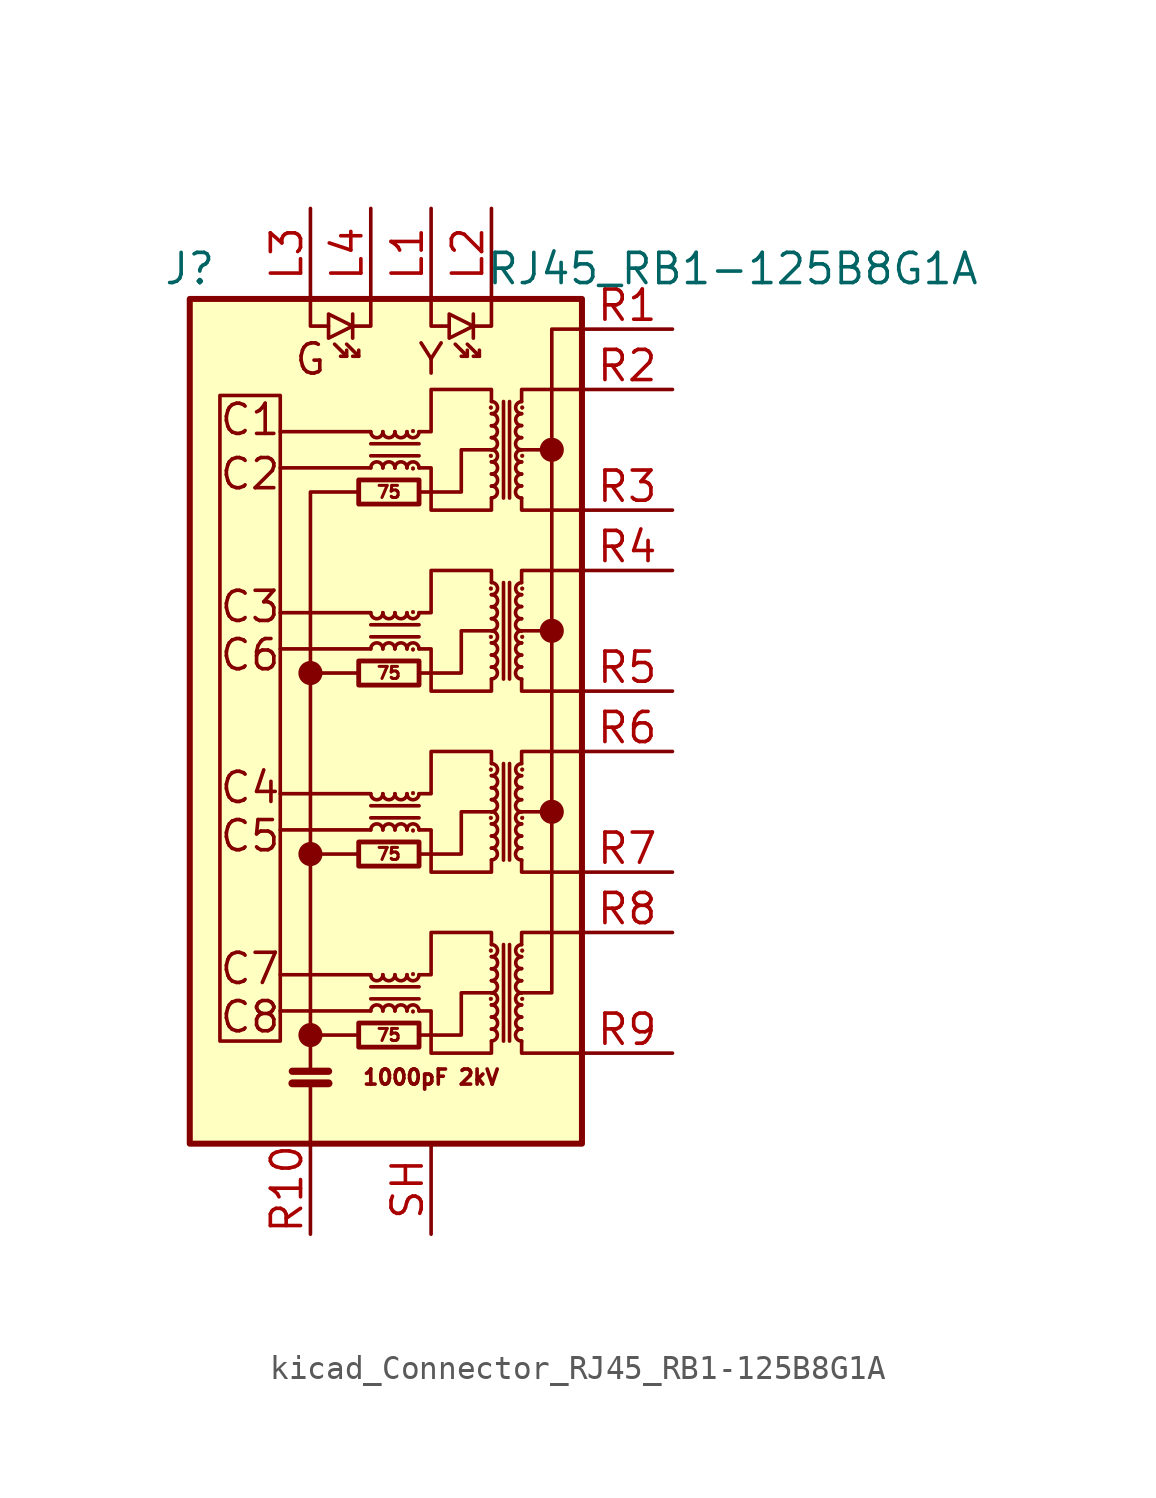
<source format=kicad_sym>
(kicad_symbol_lib
  (version 20220914)
  (generator kicad_symbol_editor)
  (symbol "kicad_Connector_RJ45_RB1-125B8G1A"
    (pin_names hide)
    (property "Reference" "J"
      (at -7.62 20.32 0)
      (effects (font (size 1.27 1.27))))
    (property "Value" "RJ45_RB1-125B8G1A"
      (at 15.24 20.32 0)
      (effects (font (size 1.27 1.27))))
    (symbol "kicad_Connector_RJ45_RB1-125B8G1A_0_0"
      (circle (center -2.54 -11.938) (radius 0.0001) (stroke (width 0.508) (type default)) (fill (type none)))
      (circle (center -2.54 -4.318) (radius 0.0001) (stroke (width 0.508) (type default)) (fill (type none)))
      (circle (center -2.54 3.302) (radius 0.0001) (stroke (width 0.508) (type default)) (fill (type none)))
      (polyline (pts (xy -0.508 -11.938) (xy -2.54 -11.938)) (stroke (width 0) (type default)) (fill (type none)))
      (polyline (pts (xy 0 -10.922) (xy -3.81 -10.922)) (stroke (width 0) (type default)) (fill (type none)))
      (polyline (pts (xy 0 -9.398) (xy -3.81 -9.398)) (stroke (width 0) (type default)) (fill (type none)))
      (polyline (pts (xy 0 -3.302) (xy -3.81 -3.302)) (stroke (width 0) (type default)) (fill (type none)))
      (polyline (pts (xy 0 -1.778) (xy -3.81 -1.778)) (stroke (width 0) (type default)) (fill (type none)))
      (polyline (pts (xy 0 4.318) (xy -3.81 4.318)) (stroke (width 0) (type default)) (fill (type none)))
      (polyline (pts (xy 0 5.842) (xy -3.81 5.842)) (stroke (width 0) (type default)) (fill (type none)))
      (polyline (pts (xy 0 11.938) (xy -3.81 11.938)) (stroke (width 0) (type default)) (fill (type none)))
      (polyline (pts (xy 0 13.462) (xy -3.81 13.462)) (stroke (width 0) (type default)) (fill (type none)))
      (polyline (pts (xy 6.35 5.08) (xy 7.62 5.08)) (stroke (width 0) (type default)) (fill (type none)))
      (polyline (pts (xy 7.62 -2.54) (xy 6.35 -2.54)) (stroke (width 0) (type default)) (fill (type none)))
      (polyline (pts (xy 7.62 12.7) (xy 6.35 12.7)) (stroke (width 0) (type default)) (fill (type none)))
      (polyline (pts (xy 2.032 -11.938) (xy 3.81 -11.938) (xy 3.81 -10.16) (xy 5.08 -10.16)) (stroke (width 0) (type default)) (fill (type none)))
      (polyline (pts (xy 2.032 -4.318) (xy 3.81 -4.318) (xy 3.81 -2.54) (xy 5.08 -2.54)) (stroke (width 0) (type default)) (fill (type none)))
      (polyline (pts (xy 2.032 3.302) (xy 3.81 3.302) (xy 3.81 5.08) (xy 5.08 5.08)) (stroke (width 0) (type default)) (fill (type none)))
      (polyline (pts (xy 2.032 10.922) (xy 3.81 10.922) (xy 3.81 12.7) (xy 5.08 12.7)) (stroke (width 0) (type default)) (fill (type none)))
      (circle (center 7.62 -2.54) (radius 0.0001) (stroke (width 0.508) (type default)) (fill (type none)))
      (circle (center 7.62 5.08) (radius 0.0001) (stroke (width 0.508) (type default)) (fill (type none)))
      (circle (center 7.62 12.7) (radius 0.0001) (stroke (width 0.508) (type default)) (fill (type none)))
      (text "1000pF 2kV" (at 2.54 -13.716 0) (effects (font (size 0.635 0.635))))
      (text "C1" (at -5.08 13.97 0) (effects (font (size 1.27 1.27))))
      (text "C2" (at -5.08 11.684 0) (effects (font (size 1.27 1.27))))
      (text "C3" (at -5.08 6.096 0) (effects (font (size 1.27 1.27))))
      (text "C4" (at -5.08 -1.524 0) (effects (font (size 1.27 1.27))))
      (text "C5" (at -5.08 -3.556 0) (effects (font (size 1.27 1.27))))
      (text "C6" (at -5.08 4.064 0) (effects (font (size 1.27 1.27))))
      (text "C7" (at -5.08 -9.144 0) (effects (font (size 1.27 1.27))))
      (text "C8" (at -5.08 -11.176 0) (effects (font (size 1.27 1.27))))
      (text "G" (at -2.54 16.51 0) (effects (font (size 1.27 1.27))))
      (text "Y" (at 2.54 16.51 0) (effects (font (size 1.27 1.27)))))
    (symbol "kicad_Connector_RJ45_RB1-125B8G1A_0_1"
      (rectangle (start -7.62 19.05) (end 8.89 -16.51) (stroke (width 0.254) (type default)) (fill (type background)))
      (rectangle (start -3.81 -12.192) (end -6.35 14.986) (stroke (width 0) (type default)) (fill (type none)))
      (rectangle (start -0.508 -12.446) (end 2.032 -11.43) (stroke (width 0.203) (type default)) (fill (type none)))
      (rectangle (start -0.508 -4.826) (end 2.032 -3.81) (stroke (width 0.203) (type default)) (fill (type none)))
      (rectangle (start -0.508 2.794) (end 2.032 3.81) (stroke (width 0.203) (type default)) (fill (type none)))
      (rectangle (start -0.508 10.414) (end 2.032 11.43) (stroke (width 0.203) (type default)) (fill (type none)))
      (arc (start 0 -9.398) (mid 0.254 -9.6509) (end 0.508 -9.398) (stroke (width 0) (type default)) (fill (type none)))
      (arc (start 0 -1.778) (mid 0.254 -2.0309) (end 0.508 -1.778) (stroke (width 0) (type default)) (fill (type none)))
      (polyline (pts (xy -3.302 -13.97) (xy -1.778 -13.97)) (stroke (width 0.33) (type default)) (fill (type none)))
      (polyline (pts (xy -3.302 -13.462) (xy -1.778 -13.462)) (stroke (width 0.305) (type default)) (fill (type none)))
      (polyline (pts (xy -2.54 -16.51) (xy -2.54 -13.97)) (stroke (width 0) (type default)) (fill (type none)))
      (polyline (pts (xy -2.54 3.302) (xy -0.508 3.302)) (stroke (width 0) (type default)) (fill (type none)))
      (polyline (pts (xy -1.016 16.637) (xy -1.524 17.145)) (stroke (width 0) (type default)) (fill (type none)))
      (polyline (pts (xy -0.762 18.415) (xy -0.762 17.399)) (stroke (width 0) (type default)) (fill (type none)))
      (polyline (pts (xy -0.508 -4.318) (xy -2.54 -4.318)) (stroke (width 0) (type default)) (fill (type none)))
      (polyline (pts (xy -0.508 16.637) (xy -1.016 17.145)) (stroke (width 0) (type default)) (fill (type none)))
      (polyline (pts (xy 0 -10.414) (xy 2.032 -10.414)) (stroke (width 0) (type default)) (fill (type none)))
      (polyline (pts (xy 0 -2.794) (xy 2.032 -2.794)) (stroke (width 0) (type default)) (fill (type none)))
      (polyline (pts (xy 0 4.826) (xy 2.032 4.826)) (stroke (width 0) (type default)) (fill (type none)))
      (polyline (pts (xy 0 12.446) (xy 2.032 12.446)) (stroke (width 0) (type default)) (fill (type none)))
      (polyline (pts (xy 2.032 -9.906) (xy 0 -9.906)) (stroke (width 0) (type default)) (fill (type none)))
      (polyline (pts (xy 2.032 -2.286) (xy 0 -2.286)) (stroke (width 0) (type default)) (fill (type none)))
      (polyline (pts (xy 2.032 5.334) (xy 0 5.334)) (stroke (width 0) (type default)) (fill (type none)))
      (polyline (pts (xy 2.032 12.954) (xy 0 12.954)) (stroke (width 0) (type default)) (fill (type none)))
      (polyline (pts (xy 4.064 16.637) (xy 3.556 17.145)) (stroke (width 0) (type default)) (fill (type none)))
      (polyline (pts (xy 4.318 18.415) (xy 4.318 17.399)) (stroke (width 0) (type default)) (fill (type none)))
      (polyline (pts (xy 4.572 16.637) (xy 4.064 17.145)) (stroke (width 0) (type default)) (fill (type none)))
      (polyline (pts (xy 5.588 -8.128) (xy 5.588 -12.192)) (stroke (width 0) (type default)) (fill (type none)))
      (polyline (pts (xy 5.588 -0.508) (xy 5.588 -4.572)) (stroke (width 0) (type default)) (fill (type none)))
      (polyline (pts (xy 5.588 7.112) (xy 5.588 3.048)) (stroke (width 0) (type default)) (fill (type none)))
      (polyline (pts (xy 5.588 14.732) (xy 5.588 10.668)) (stroke (width 0) (type default)) (fill (type none)))
      (polyline (pts (xy 5.842 -12.192) (xy 5.842 -8.128)) (stroke (width 0) (type default)) (fill (type none)))
      (polyline (pts (xy 5.842 -4.572) (xy 5.842 -0.508)) (stroke (width 0) (type default)) (fill (type none)))
      (polyline (pts (xy 5.842 3.048) (xy 5.842 7.112)) (stroke (width 0) (type default)) (fill (type none)))
      (polyline (pts (xy 5.842 10.668) (xy 5.842 14.732)) (stroke (width 0) (type default)) (fill (type none)))
      (polyline (pts (xy -2.54 -13.462) (xy -2.54 10.922) (xy -0.508 10.922)) (stroke (width 0) (type default)) (fill (type none)))
      (polyline (pts (xy -2.54 19.05) (xy -2.54 17.907) (xy -1.778 17.907)) (stroke (width 0) (type default)) (fill (type none)))
      (polyline (pts (xy -1.016 16.891) (xy -1.016 16.637) (xy -1.27 16.637)) (stroke (width 0) (type default)) (fill (type none)))
      (polyline (pts (xy -0.508 16.891) (xy -0.508 16.637) (xy -0.762 16.637)) (stroke (width 0) (type default)) (fill (type none)))
      (polyline (pts (xy 0 19.05) (xy 0 17.907) (xy -0.762 17.907)) (stroke (width 0) (type default)) (fill (type none)))
      (polyline (pts (xy 2.54 19.05) (xy 2.54 17.907) (xy 3.302 17.907)) (stroke (width 0) (type default)) (fill (type none)))
      (polyline (pts (xy 4.064 16.891) (xy 4.064 16.637) (xy 3.81 16.637)) (stroke (width 0) (type default)) (fill (type none)))
      (polyline (pts (xy 4.572 16.891) (xy 4.572 16.637) (xy 4.318 16.637)) (stroke (width 0) (type default)) (fill (type none)))
      (polyline (pts (xy 5.08 19.05) (xy 5.08 17.907) (xy 4.318 17.907)) (stroke (width 0) (type default)) (fill (type none)))
      (polyline (pts (xy 6.35 -12.192) (xy 6.35 -12.7) (xy 8.89 -12.7)) (stroke (width 0) (type default)) (fill (type none)))
      (polyline (pts (xy 6.35 -8.128) (xy 6.35 -7.62) (xy 8.89 -7.62)) (stroke (width 0) (type default)) (fill (type none)))
      (polyline (pts (xy 6.35 -4.572) (xy 6.35 -5.08) (xy 8.89 -5.08)) (stroke (width 0) (type default)) (fill (type none)))
      (polyline (pts (xy 6.35 -0.508) (xy 6.35 0) (xy 8.89 0)) (stroke (width 0) (type default)) (fill (type none)))
      (polyline (pts (xy 6.35 3.048) (xy 6.35 2.54) (xy 8.89 2.54)) (stroke (width 0) (type default)) (fill (type none)))
      (polyline (pts (xy 6.35 7.112) (xy 6.35 7.62) (xy 8.89 7.62)) (stroke (width 0) (type default)) (fill (type none)))
      (polyline (pts (xy 6.35 10.668) (xy 6.35 10.16) (xy 8.89 10.16)) (stroke (width 0) (type default)) (fill (type none)))
      (polyline (pts (xy 6.35 14.732) (xy 6.35 15.24) (xy 8.89 15.24)) (stroke (width 0) (type default)) (fill (type none)))
      (polyline (pts (xy -0.762 17.907) (xy -1.778 18.415) (xy -1.778 17.399) (xy -0.762 17.907)) (stroke (width 0) (type default)) (fill (type none)))
      (polyline (pts (xy 4.318 17.907) (xy 3.302 18.415) (xy 3.302 17.399) (xy 4.318 17.907)) (stroke (width 0) (type default)) (fill (type none)))
      (polyline (pts (xy 8.89 17.78) (xy 7.62 17.78) (xy 7.62 -10.16) (xy 6.35 -10.16)) (stroke (width 0) (type default)) (fill (type none)))
      (polyline (pts (xy 2.032 -9.398) (xy 2.54 -9.398) (xy 2.54 -7.62) (xy 5.08 -7.62) (xy 5.08 -8.128)) (stroke (width 0) (type default)) (fill (type none)))
      (polyline (pts (xy 2.032 -1.778) (xy 2.54 -1.778) (xy 2.54 0) (xy 5.08 0) (xy 5.08 -0.508)) (stroke (width 0) (type default)) (fill (type none)))
      (polyline (pts (xy 2.032 5.842) (xy 2.54 5.842) (xy 2.54 7.62) (xy 5.08 7.62) (xy 5.08 7.112)) (stroke (width 0) (type default)) (fill (type none)))
      (polyline (pts (xy 2.032 13.462) (xy 2.54 13.462) (xy 2.54 15.24) (xy 5.08 15.24) (xy 5.08 14.732)) (stroke (width 0) (type default)) (fill (type none)))
      (polyline (pts (xy 5.08 -12.192) (xy 5.08 -12.7) (xy 2.54 -12.7) (xy 2.54 -10.922) (xy 2.032 -10.922)) (stroke (width 0) (type default)) (fill (type none)))
      (polyline (pts (xy 5.08 -4.572) (xy 5.08 -5.08) (xy 2.54 -5.08) (xy 2.54 -3.302) (xy 2.032 -3.302)) (stroke (width 0) (type default)) (fill (type none)))
      (polyline (pts (xy 5.08 3.048) (xy 5.08 2.54) (xy 2.54 2.54) (xy 2.54 4.318) (xy 2.032 4.318)) (stroke (width 0) (type default)) (fill (type none)))
      (polyline (pts (xy 5.08 10.668) (xy 5.08 10.16) (xy 2.54 10.16) (xy 2.54 11.938) (xy 2.032 11.938)) (stroke (width 0) (type default)) (fill (type none)))
      (arc (start 0 5.842) (mid 0.254 5.5891) (end 0.508 5.842) (stroke (width 0) (type default)) (fill (type none)))
      (arc (start 0 13.462) (mid 0.254 13.2091) (end 0.508 13.462) (stroke (width 0) (type default)) (fill (type none)))
      (arc (start 0.508 -10.922) (mid 0.254 -10.6691) (end 0 -10.922) (stroke (width 0) (type default)) (fill (type none)))
      (arc (start 0.508 -9.398) (mid 0.762 -9.6509) (end 1.016 -9.398) (stroke (width 0) (type default)) (fill (type none)))
      (arc (start 0.508 -3.302) (mid 0.254 -3.0491) (end 0 -3.302) (stroke (width 0) (type default)) (fill (type none)))
      (arc (start 0.508 -1.778) (mid 0.762 -2.0309) (end 1.016 -1.778) (stroke (width 0) (type default)) (fill (type none)))
      (arc (start 0.508 4.318) (mid 0.254 4.5709) (end 0 4.318) (stroke (width 0) (type default)) (fill (type none)))
      (arc (start 0.508 5.842) (mid 0.762 5.5891) (end 1.016 5.842) (stroke (width 0) (type default)) (fill (type none)))
      (arc (start 0.508 11.938) (mid 0.254 12.1909) (end 0 11.938) (stroke (width 0) (type default)) (fill (type none)))
      (arc (start 0.508 13.462) (mid 0.762 13.2091) (end 1.016 13.462) (stroke (width 0) (type default)) (fill (type none)))
      (arc (start 1.016 -10.922) (mid 0.762 -10.6691) (end 0.508 -10.922) (stroke (width 0) (type default)) (fill (type none)))
      (arc (start 1.016 -9.398) (mid 1.27 -9.6509) (end 1.524 -9.398) (stroke (width 0) (type default)) (fill (type none)))
      (arc (start 1.016 -3.302) (mid 0.762 -3.0491) (end 0.508 -3.302) (stroke (width 0) (type default)) (fill (type none)))
      (arc (start 1.016 -1.778) (mid 1.27 -2.0309) (end 1.524 -1.778) (stroke (width 0) (type default)) (fill (type none)))
      (arc (start 1.016 4.318) (mid 0.762 4.5709) (end 0.508 4.318) (stroke (width 0) (type default)) (fill (type none)))
      (arc (start 1.016 5.842) (mid 1.27 5.5891) (end 1.524 5.842) (stroke (width 0) (type default)) (fill (type none)))
      (arc (start 1.016 11.938) (mid 0.762 12.1909) (end 0.508 11.938) (stroke (width 0) (type default)) (fill (type none)))
      (arc (start 1.016 13.462) (mid 1.27 13.2091) (end 1.524 13.462) (stroke (width 0) (type default)) (fill (type none)))
      (arc (start 1.524 -10.922) (mid 1.27 -10.6691) (end 1.016 -10.922) (stroke (width 0) (type default)) (fill (type none)))
      (arc (start 1.524 -9.398) (mid 1.778 -9.6509) (end 2.032 -9.398) (stroke (width 0) (type default)) (fill (type none)))
      (arc (start 1.524 -3.302) (mid 1.27 -3.0491) (end 1.016 -3.302) (stroke (width 0) (type default)) (fill (type none)))
      (arc (start 1.524 -1.778) (mid 1.778 -2.0309) (end 2.032 -1.778) (stroke (width 0) (type default)) (fill (type none)))
      (arc (start 1.524 4.318) (mid 1.27 4.5709) (end 1.016 4.318) (stroke (width 0) (type default)) (fill (type none)))
      (arc (start 1.524 5.842) (mid 1.778 5.5891) (end 2.032 5.842) (stroke (width 0) (type default)) (fill (type none)))
      (arc (start 1.524 11.938) (mid 1.27 12.1909) (end 1.016 11.938) (stroke (width 0) (type default)) (fill (type none)))
      (arc (start 1.524 13.462) (mid 1.778 13.2091) (end 2.032 13.462) (stroke (width 0) (type default)) (fill (type none)))
      (circle (center 1.778 -10.947) (radius 0.076) (stroke (width 0.025) (type default)) (fill (type outline)))
      (circle (center 1.778 -9.373) (radius 0.076) (stroke (width 0.025) (type default)) (fill (type outline)))
      (circle (center 1.778 -3.327) (radius 0.076) (stroke (width 0.025) (type default)) (fill (type outline)))
      (circle (center 1.778 -1.753) (radius 0.076) (stroke (width 0.025) (type default)) (fill (type outline)))
      (circle (center 1.778 4.293) (radius 0.076) (stroke (width 0.025) (type default)) (fill (type outline)))
      (circle (center 1.778 5.867) (radius 0.076) (stroke (width 0.025) (type default)) (fill (type outline)))
      (circle (center 1.778 11.913) (radius 0.076) (stroke (width 0.025) (type default)) (fill (type outline)))
      (circle (center 1.778 13.487) (radius 0.076) (stroke (width 0.025) (type default)) (fill (type outline)))
      (arc (start 2.032 -10.922) (mid 1.778 -10.6691) (end 1.524 -10.922) (stroke (width 0) (type default)) (fill (type none)))
      (arc (start 2.032 -3.302) (mid 1.778 -3.0491) (end 1.524 -3.302) (stroke (width 0) (type default)) (fill (type none)))
      (arc (start 2.032 4.318) (mid 1.778 4.5709) (end 1.524 4.318) (stroke (width 0) (type default)) (fill (type none)))
      (arc (start 2.032 11.938) (mid 1.778 12.1909) (end 1.524 11.938) (stroke (width 0) (type default)) (fill (type none)))
      (circle (center 5.055 -10.414) (radius 0.076) (stroke (width 0.025) (type default)) (fill (type outline)))
      (circle (center 5.055 -8.382) (radius 0.076) (stroke (width 0.025) (type default)) (fill (type outline)))
      (circle (center 5.055 -2.794) (radius 0.076) (stroke (width 0.025) (type default)) (fill (type outline)))
      (circle (center 5.055 -0.762) (radius 0.076) (stroke (width 0.025) (type default)) (fill (type outline)))
      (circle (center 5.055 4.826) (radius 0.076) (stroke (width 0.025) (type default)) (fill (type outline)))
      (circle (center 5.055 6.858) (radius 0.076) (stroke (width 0.025) (type default)) (fill (type outline)))
      (circle (center 5.055 12.446) (radius 0.076) (stroke (width 0.025) (type default)) (fill (type outline)))
      (circle (center 5.055 14.478) (radius 0.076) (stroke (width 0.025) (type default)) (fill (type outline)))
      (arc (start 5.08 -12.192) (mid 5.3329 -11.938) (end 5.08 -11.684) (stroke (width 0) (type default)) (fill (type none)))
      (arc (start 5.08 -11.684) (mid 5.3329 -11.43) (end 5.08 -11.176) (stroke (width 0) (type default)) (fill (type none)))
      (arc (start 5.08 -11.176) (mid 5.3329 -10.922) (end 5.08 -10.668) (stroke (width 0) (type default)) (fill (type none)))
      (arc (start 5.08 -10.668) (mid 5.3329 -10.414) (end 5.08 -10.16) (stroke (width 0) (type default)) (fill (type none)))
      (arc (start 5.08 -10.16) (mid 5.3329 -9.906) (end 5.08 -9.652) (stroke (width 0) (type default)) (fill (type none)))
      (arc (start 5.08 -9.652) (mid 5.3329 -9.398) (end 5.08 -9.144) (stroke (width 0) (type default)) (fill (type none)))
      (arc (start 5.08 -9.144) (mid 5.3329 -8.89) (end 5.08 -8.636) (stroke (width 0) (type default)) (fill (type none)))
      (arc (start 5.08 -8.636) (mid 5.3329 -8.382) (end 5.08 -8.128) (stroke (width 0) (type default)) (fill (type none)))
      (arc (start 5.08 -4.572) (mid 5.3329 -4.318) (end 5.08 -4.064) (stroke (width 0) (type default)) (fill (type none)))
      (arc (start 5.08 -4.064) (mid 5.3329 -3.81) (end 5.08 -3.556) (stroke (width 0) (type default)) (fill (type none)))
      (arc (start 5.08 -3.556) (mid 5.3329 -3.302) (end 5.08 -3.048) (stroke (width 0) (type default)) (fill (type none)))
      (arc (start 5.08 -3.048) (mid 5.3329 -2.794) (end 5.08 -2.54) (stroke (width 0) (type default)) (fill (type none)))
      (arc (start 5.08 -2.54) (mid 5.3329 -2.286) (end 5.08 -2.032) (stroke (width 0) (type default)) (fill (type none)))
      (arc (start 5.08 -2.032) (mid 5.3329 -1.778) (end 5.08 -1.524) (stroke (width 0) (type default)) (fill (type none)))
      (arc (start 5.08 -1.524) (mid 5.3329 -1.27) (end 5.08 -1.016) (stroke (width 0) (type default)) (fill (type none)))
      (arc (start 5.08 -1.016) (mid 5.3329 -0.762) (end 5.08 -0.508) (stroke (width 0) (type default)) (fill (type none)))
      (arc (start 5.08 3.048) (mid 5.3329 3.302) (end 5.08 3.556) (stroke (width 0) (type default)) (fill (type none)))
      (arc (start 5.08 3.556) (mid 5.3329 3.81) (end 5.08 4.064) (stroke (width 0) (type default)) (fill (type none)))
      (arc (start 5.08 4.064) (mid 5.3329 4.318) (end 5.08 4.572) (stroke (width 0) (type default)) (fill (type none)))
      (arc (start 5.08 4.572) (mid 5.3329 4.826) (end 5.08 5.08) (stroke (width 0) (type default)) (fill (type none)))
      (arc (start 5.08 5.08) (mid 5.3329 5.334) (end 5.08 5.588) (stroke (width 0) (type default)) (fill (type none)))
      (arc (start 5.08 5.588) (mid 5.3329 5.842) (end 5.08 6.096) (stroke (width 0) (type default)) (fill (type none)))
      (arc (start 5.08 6.096) (mid 5.3329 6.35) (end 5.08 6.604) (stroke (width 0) (type default)) (fill (type none)))
      (arc (start 5.08 6.604) (mid 5.3329 6.858) (end 5.08 7.112) (stroke (width 0) (type default)) (fill (type none)))
      (arc (start 5.08 10.668) (mid 5.3329 10.922) (end 5.08 11.176) (stroke (width 0) (type default)) (fill (type none)))
      (arc (start 5.08 11.176) (mid 5.3329 11.43) (end 5.08 11.684) (stroke (width 0) (type default)) (fill (type none)))
      (arc (start 5.08 11.684) (mid 5.3329 11.938) (end 5.08 12.192) (stroke (width 0) (type default)) (fill (type none)))
      (arc (start 5.08 12.192) (mid 5.3329 12.446) (end 5.08 12.7) (stroke (width 0) (type default)) (fill (type none)))
      (arc (start 5.08 12.7) (mid 5.3329 12.954) (end 5.08 13.208) (stroke (width 0) (type default)) (fill (type none)))
      (arc (start 5.08 13.208) (mid 5.3329 13.462) (end 5.08 13.716) (stroke (width 0) (type default)) (fill (type none)))
      (arc (start 5.08 13.716) (mid 5.3329 13.97) (end 5.08 14.224) (stroke (width 0) (type default)) (fill (type none)))
      (arc (start 5.08 14.224) (mid 5.3329 14.478) (end 5.08 14.732) (stroke (width 0) (type default)) (fill (type none)))
      (arc (start 6.35 -11.684) (mid 6.0971 -11.938) (end 6.35 -12.192) (stroke (width 0) (type default)) (fill (type none)))
      (arc (start 6.35 -11.176) (mid 6.0971 -11.43) (end 6.35 -11.684) (stroke (width 0) (type default)) (fill (type none)))
      (arc (start 6.35 -10.668) (mid 6.0971 -10.922) (end 6.35 -11.176) (stroke (width 0) (type default)) (fill (type none)))
      (arc (start 6.35 -10.16) (mid 6.0971 -10.414) (end 6.35 -10.668) (stroke (width 0) (type default)) (fill (type none)))
      (arc (start 6.35 -9.652) (mid 6.0971 -9.906) (end 6.35 -10.16) (stroke (width 0) (type default)) (fill (type none)))
      (arc (start 6.35 -9.144) (mid 6.0971 -9.398) (end 6.35 -9.652) (stroke (width 0) (type default)) (fill (type none)))
      (arc (start 6.35 -8.636) (mid 6.0971 -8.89) (end 6.35 -9.144) (stroke (width 0) (type default)) (fill (type none)))
      (arc (start 6.35 -8.128) (mid 6.0971 -8.382) (end 6.35 -8.636) (stroke (width 0) (type default)) (fill (type none)))
      (arc (start 6.35 -4.064) (mid 6.0971 -4.318) (end 6.35 -4.572) (stroke (width 0) (type default)) (fill (type none)))
      (arc (start 6.35 -3.556) (mid 6.0971 -3.81) (end 6.35 -4.064) (stroke (width 0) (type default)) (fill (type none)))
      (arc (start 6.35 -3.048) (mid 6.0971 -3.302) (end 6.35 -3.556) (stroke (width 0) (type default)) (fill (type none)))
      (arc (start 6.35 -2.54) (mid 6.0971 -2.794) (end 6.35 -3.048) (stroke (width 0) (type default)) (fill (type none)))
      (arc (start 6.35 -2.032) (mid 6.0971 -2.286) (end 6.35 -2.54) (stroke (width 0) (type default)) (fill (type none)))
      (arc (start 6.35 -1.524) (mid 6.0971 -1.778) (end 6.35 -2.032) (stroke (width 0) (type default)) (fill (type none)))
      (arc (start 6.35 -1.016) (mid 6.0971 -1.27) (end 6.35 -1.524) (stroke (width 0) (type default)) (fill (type none)))
      (arc (start 6.35 -0.508) (mid 6.0971 -0.762) (end 6.35 -1.016) (stroke (width 0) (type default)) (fill (type none)))
      (arc (start 6.35 3.556) (mid 6.0971 3.302) (end 6.35 3.048) (stroke (width 0) (type default)) (fill (type none)))
      (arc (start 6.35 4.064) (mid 6.0971 3.81) (end 6.35 3.556) (stroke (width 0) (type default)) (fill (type none)))
      (arc (start 6.35 4.572) (mid 6.0971 4.318) (end 6.35 4.064) (stroke (width 0) (type default)) (fill (type none)))
      (arc (start 6.35 5.08) (mid 6.0971 4.826) (end 6.35 4.572) (stroke (width 0) (type default)) (fill (type none)))
      (arc (start 6.35 5.588) (mid 6.0971 5.334) (end 6.35 5.08) (stroke (width 0) (type default)) (fill (type none)))
      (arc (start 6.35 6.096) (mid 6.0971 5.842) (end 6.35 5.588) (stroke (width 0) (type default)) (fill (type none)))
      (arc (start 6.35 6.604) (mid 6.0971 6.35) (end 6.35 6.096) (stroke (width 0) (type default)) (fill (type none)))
      (arc (start 6.35 7.112) (mid 6.0971 6.858) (end 6.35 6.604) (stroke (width 0) (type default)) (fill (type none)))
      (arc (start 6.35 11.176) (mid 6.0971 10.922) (end 6.35 10.668) (stroke (width 0) (type default)) (fill (type none)))
      (arc (start 6.35 11.684) (mid 6.0971 11.43) (end 6.35 11.176) (stroke (width 0) (type default)) (fill (type none)))
      (arc (start 6.35 12.192) (mid 6.0971 11.938) (end 6.35 11.684) (stroke (width 0) (type default)) (fill (type none)))
      (arc (start 6.35 12.7) (mid 6.0971 12.446) (end 6.35 12.192) (stroke (width 0) (type default)) (fill (type none)))
      (arc (start 6.35 13.208) (mid 6.0971 12.954) (end 6.35 12.7) (stroke (width 0) (type default)) (fill (type none)))
      (arc (start 6.35 13.716) (mid 6.0971 13.462) (end 6.35 13.208) (stroke (width 0) (type default)) (fill (type none)))
      (arc (start 6.35 14.224) (mid 6.0971 13.97) (end 6.35 13.716) (stroke (width 0) (type default)) (fill (type none)))
      (arc (start 6.35 14.732) (mid 6.0971 14.478) (end 6.35 14.224) (stroke (width 0) (type default)) (fill (type none)))
      (circle (center 6.375 -10.414) (radius 0.076) (stroke (width 0.025) (type default)) (fill (type outline)))
      (circle (center 6.375 -8.382) (radius 0.076) (stroke (width 0.025) (type default)) (fill (type outline)))
      (circle (center 6.375 -2.794) (radius 0.076) (stroke (width 0.025) (type default)) (fill (type outline)))
      (circle (center 6.375 -0.762) (radius 0.076) (stroke (width 0.025) (type default)) (fill (type outline)))
      (circle (center 6.375 4.826) (radius 0.076) (stroke (width 0.025) (type default)) (fill (type outline)))
      (circle (center 6.375 6.858) (radius 0.076) (stroke (width 0.025) (type default)) (fill (type outline)))
      (circle (center 6.375 12.446) (radius 0.076) (stroke (width 0.025) (type default)) (fill (type outline)))
      (circle (center 6.375 14.478) (radius 0.076) (stroke (width 0.025) (type default)) (fill (type outline)))
      (pin power_in line (at -2.54 -20.32 90) (length 3.81) (name "GND" (effects (font (size 1.27 1.27)))) (number "R10" (effects (font (size 1.27 1.27))))))
    (symbol "kicad_Connector_RJ45_RB1-125B8G1A_1_0"
      (text "75" (at 0.762 -11.938 0) (effects (font (size 0.508 0.508))))
      (text "75" (at 0.762 -4.318 0) (effects (font (size 0.508 0.508))))
      (text "75" (at 0.762 3.302 0) (effects (font (size 0.508 0.508))))
      (text "75" (at 0.762 10.922 0) (effects (font (size 0.508 0.508)))))
    (symbol "kicad_Connector_RJ45_RB1-125B8G1A_1_1"
      (pin passive line (at 2.54 22.86 270) (length 3.81) (name "~" (effects (font (size 1.27 1.27)))) (number "L1" (effects (font (size 1.27 1.27)))))
      (pin passive line (at 5.08 22.86 270) (length 3.81) (name "~" (effects (font (size 1.27 1.27)))) (number "L2" (effects (font (size 1.27 1.27)))))
      (pin passive line (at -2.54 22.86 270) (length 3.81) (name "~" (effects (font (size 1.27 1.27)))) (number "L3" (effects (font (size 1.27 1.27)))))
      (pin passive line (at 0 22.86 270) (length 3.81) (name "~" (effects (font (size 1.27 1.27)))) (number "L4" (effects (font (size 1.27 1.27)))))
      (pin passive line (at 12.7 17.78 180) (length 3.81) (name "CT" (effects (font (size 1.27 1.27)))) (number "R1" (effects (font (size 1.27 1.27)))))
      (pin passive line (at 12.7 15.24 180) (length 3.81) (name "TD1+" (effects (font (size 1.27 1.27)))) (number "R2" (effects (font (size 1.27 1.27)))))
      (pin passive line (at 12.7 10.16 180) (length 3.81) (name "TD1-" (effects (font (size 1.27 1.27)))) (number "R3" (effects (font (size 1.27 1.27)))))
      (pin passive line (at 12.7 7.62 180) (length 3.81) (name "TD2+" (effects (font (size 1.27 1.27)))) (number "R4" (effects (font (size 1.27 1.27)))))
      (pin passive line (at 12.7 2.54 180) (length 3.81) (name "TD2-" (effects (font (size 1.27 1.27)))) (number "R5" (effects (font (size 1.27 1.27)))))
      (pin passive line (at 12.7 0 180) (length 3.81) (name "TD3+" (effects (font (size 1.27 1.27)))) (number "R6" (effects (font (size 1.27 1.27)))))
      (pin passive line (at 12.7 -5.08 180) (length 3.81) (name "TD3-" (effects (font (size 1.27 1.27)))) (number "R7" (effects (font (size 1.27 1.27)))))
      (pin passive line (at 12.7 -7.62 180) (length 3.81) (name "TD4+" (effects (font (size 1.27 1.27)))) (number "R8" (effects (font (size 1.27 1.27)))))
      (pin passive line (at 12.7 -12.7 180) (length 3.81) (name "TD4-" (effects (font (size 1.27 1.27)))) (number "R9" (effects (font (size 1.27 1.27)))))
      (pin passive line (at 2.54 -20.32 90) (length 3.81) (name "SH" (effects (font (size 1.27 1.27)))) (number "SH" (effects (font (size 1.27 1.27))))))))
</source>
